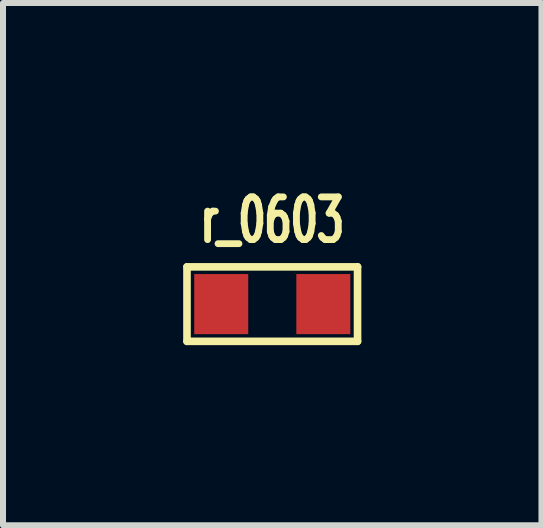
<source format=kicad_pcb>
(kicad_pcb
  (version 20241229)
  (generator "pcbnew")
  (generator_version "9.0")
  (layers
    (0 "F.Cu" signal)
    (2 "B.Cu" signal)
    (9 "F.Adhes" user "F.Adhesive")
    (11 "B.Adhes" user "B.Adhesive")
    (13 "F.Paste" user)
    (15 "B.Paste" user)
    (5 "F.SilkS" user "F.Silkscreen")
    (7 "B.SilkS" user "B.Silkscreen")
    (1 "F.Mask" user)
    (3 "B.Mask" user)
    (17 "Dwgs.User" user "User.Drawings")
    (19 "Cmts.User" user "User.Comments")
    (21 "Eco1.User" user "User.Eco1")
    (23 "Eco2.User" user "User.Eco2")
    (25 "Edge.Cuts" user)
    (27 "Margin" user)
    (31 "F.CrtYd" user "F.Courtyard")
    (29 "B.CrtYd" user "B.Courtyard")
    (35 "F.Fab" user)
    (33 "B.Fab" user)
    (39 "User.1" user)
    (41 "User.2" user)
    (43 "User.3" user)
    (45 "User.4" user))
  (footprint "r_0603"
    (layer "F.Cu")
    (at 1.484 2.014)
    (property "Reference" "r_0603" (at 0 -1.397 0) (layer "F.SilkS") (effects (font (size 0.711 0.457) (thickness 0.114))))
    (attr through_hole)
    (fp_line (start -1.42 -0.62) (end -1.42 0.62) (stroke (width 0.127) (type solid)) (layer "F.SilkS"))
    (fp_line (start -1.42 0.62) (end 1.42 0.62) (stroke (width 0.127) (type solid)) (layer "F.SilkS"))
    (fp_line (start 1.42 -0.62) (end -1.42 -0.62) (stroke (width 0.127) (type solid)) (layer "F.SilkS"))
    (fp_line (start 1.42 0.62) (end 1.42 -0.62) (stroke (width 0.127) (type solid)) (layer "F.SilkS"))
    (pad "1" smd rect (at -0.85 0) (size 0.899 1.001) (layers "F.Cu" "F.Mask" "F.Paste"))
    (pad "2" smd rect (at 0.85 0) (size 0.899 1.001) (layers "F.Cu" "F.Mask" "F.Paste")))
  (gr_rect
    (start -3 -3)
    (end 5.967 5.697)
    (stroke (width 0.1) (type default))
    (fill no)
    (layer "Edge.Cuts")))
</source>
